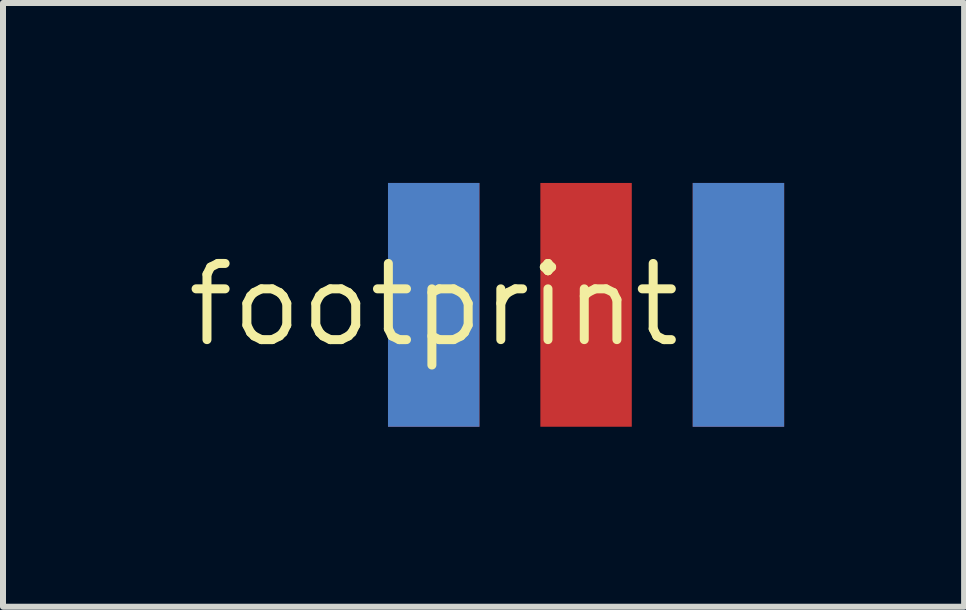
<source format=kicad_pcb>
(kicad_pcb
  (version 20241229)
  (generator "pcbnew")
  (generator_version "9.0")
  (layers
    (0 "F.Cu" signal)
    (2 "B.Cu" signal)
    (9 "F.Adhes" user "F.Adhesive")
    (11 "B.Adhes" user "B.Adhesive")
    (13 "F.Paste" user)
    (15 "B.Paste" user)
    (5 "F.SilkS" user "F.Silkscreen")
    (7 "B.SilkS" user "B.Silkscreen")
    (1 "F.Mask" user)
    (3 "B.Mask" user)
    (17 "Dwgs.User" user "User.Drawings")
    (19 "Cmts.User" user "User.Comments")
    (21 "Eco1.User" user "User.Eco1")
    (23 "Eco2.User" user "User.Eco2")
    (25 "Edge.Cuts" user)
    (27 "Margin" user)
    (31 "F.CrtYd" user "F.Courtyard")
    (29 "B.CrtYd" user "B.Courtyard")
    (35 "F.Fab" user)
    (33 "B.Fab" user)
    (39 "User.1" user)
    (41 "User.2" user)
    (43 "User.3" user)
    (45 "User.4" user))
  (footprint "footprint"
    (layer "F.Cu")
    (at 4.18 2.032)
    (property "Reference" "footprint" (at 0 0 0) (layer "F.SilkS") (effects (font (size 1.27 1.27) (thickness 0.15))))
    (pad "GND@0" smd rect (at 0 0) (size 1.524 4.064) (layers "F.Cu" "F.Mask"))
    (pad "GND@1" smd rect (at 5.08 0) (size 1.524 4.064) (layers "F.Cu" "F.Mask"))
    (pad "GND@2" smd rect (at 0 0) (size 1.524 4.064) (layers "B.Cu" "B.Mask" "B.Paste"))
    (pad "GND@3" smd rect (at 5.08 0) (size 1.524 4.064) (layers "B.Cu" "B.Mask" "B.Paste"))
    (pad "SIG" smd rect (at 2.54 0) (size 1.524 4.064) (layers "F.Cu" "F.Mask")))
  (gr_rect
    (start -3 -3)
    (end 13.022 7.064)
    (stroke (width 0.1) (type default))
    (fill no)
    (layer "Edge.Cuts")))
</source>
